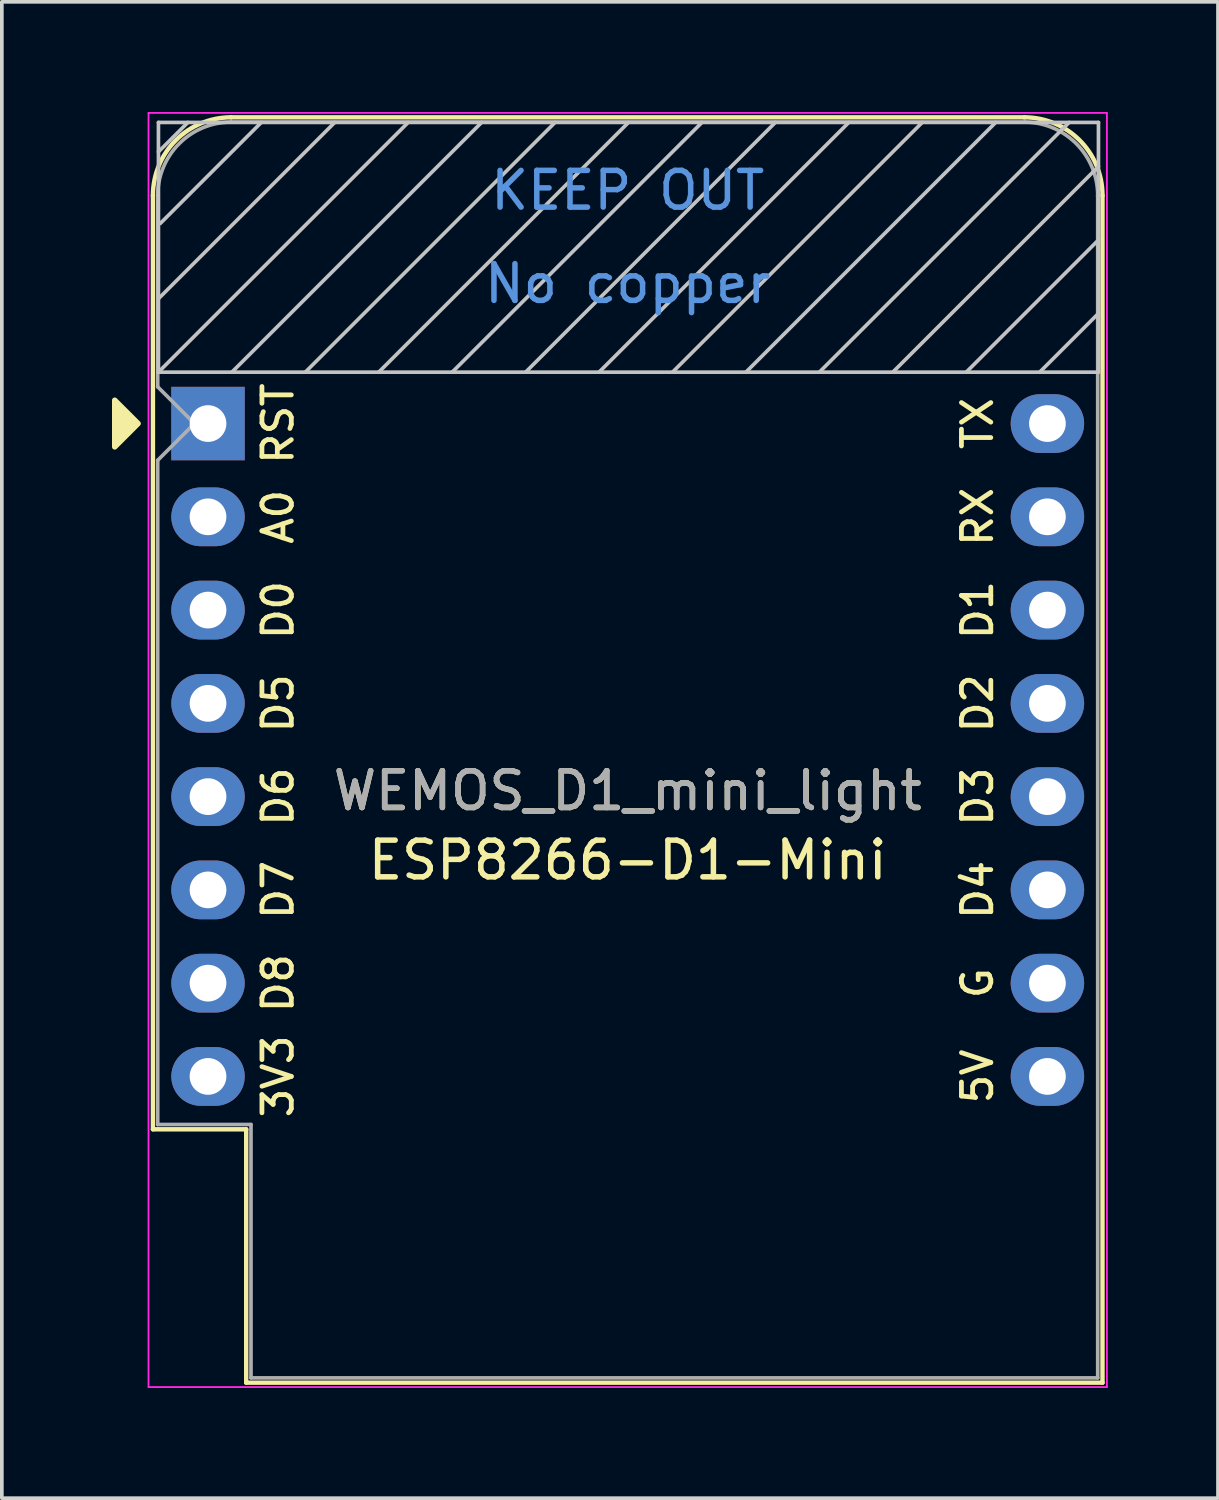
<source format=kicad_pcb>
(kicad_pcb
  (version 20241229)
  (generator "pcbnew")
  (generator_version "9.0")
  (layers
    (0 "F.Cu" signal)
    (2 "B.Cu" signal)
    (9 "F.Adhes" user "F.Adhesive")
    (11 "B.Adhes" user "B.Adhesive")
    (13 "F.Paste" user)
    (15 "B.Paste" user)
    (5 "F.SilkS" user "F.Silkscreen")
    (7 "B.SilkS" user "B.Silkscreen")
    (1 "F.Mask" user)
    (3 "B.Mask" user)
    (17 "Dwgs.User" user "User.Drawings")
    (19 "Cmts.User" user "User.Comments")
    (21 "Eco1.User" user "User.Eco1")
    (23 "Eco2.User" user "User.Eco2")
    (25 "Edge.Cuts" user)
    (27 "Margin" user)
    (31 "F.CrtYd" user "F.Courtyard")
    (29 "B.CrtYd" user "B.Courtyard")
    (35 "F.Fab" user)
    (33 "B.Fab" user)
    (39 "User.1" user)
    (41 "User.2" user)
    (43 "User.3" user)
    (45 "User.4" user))
  (footprint "WEMOS_D1_mini_light"
    (layer "F.Cu")
    (at 14.045 17.375)
    (property "Reference" "WEMOS_D1_mini_light" (at 0 1.11 0) (layer "F.SilkS") (effects (font (size 1 1) (thickness 0.15))))
    (attr through_hole)
    (fp_line (start -12.93 10.33) (end -12.93 -15.1) (stroke (width 0.12) (type solid)) (layer "F.SilkS"))
    (fp_line (start -12.93 10.33) (end -10.39 10.33) (stroke (width 0.12) (type solid)) (layer "F.SilkS"))
    (fp_line (start -10.39 10.33) (end -10.39 17.23) (stroke (width 0.12) (type solid)) (layer "F.SilkS"))
    (fp_line (start -10.39 17.23) (end 12.93 17.23) (stroke (width 0.12) (type solid)) (layer "F.SilkS"))
    (fp_line (start 10.81 -17.23) (end -10.8 -17.23) (stroke (width 0.12) (type solid)) (layer "F.SilkS"))
    (fp_line (start 12.93 17.23) (end 12.93 -15.1) (stroke (width 0.12) (type solid)) (layer "F.SilkS"))
    (fp_arc (start -12.93 -15.1) (mid -12.306137 -16.606137) (end -10.8 -17.23) (stroke (width 0.12) (type solid)) (layer "F.SilkS"))
    (fp_arc (start 10.8 -17.23) (mid 12.306137 -16.606137) (end 12.93 -15.1) (stroke (width 0.12) (type solid)) (layer "F.SilkS"))
    (fp_poly (pts (xy -13.97 -9.525) (xy -13.97 -8.255) (xy -13.335 -8.89)) (stroke (width 0.15) (type solid)) (fill yes) (layer "F.SilkS"))
    (fp_line (start -12.78 -17.09) (end -12.78 -10.29) (stroke (width 0.1) (type solid)) (layer "Dwgs.User"))
    (fp_line (start -12.78 -16.29) (end -11.98 -17.09) (stroke (width 0.1) (type solid)) (layer "Dwgs.User"))
    (fp_line (start -12.78 -12.29) (end -7.98 -17.09) (stroke (width 0.1) (type solid)) (layer "Dwgs.User"))
    (fp_line (start -12.78 -10.29) (end -5.98 -17.09) (stroke (width 0.1) (type solid)) (layer "Dwgs.User"))
    (fp_line (start -12.78 -10.29) (end 12.82 -10.29) (stroke (width 0.1) (type solid)) (layer "Dwgs.User"))
    (fp_line (start -12.73 -14.34) (end -9.98 -17.09) (stroke (width 0.1) (type solid)) (layer "Dwgs.User"))
    (fp_line (start -10.78 -10.29) (end -3.98 -17.09) (stroke (width 0.1) (type solid)) (layer "Dwgs.User"))
    (fp_line (start -8.78 -10.29) (end -1.98 -17.09) (stroke (width 0.1) (type solid)) (layer "Dwgs.User"))
    (fp_line (start -6.78 -10.29) (end 0.02 -17.09) (stroke (width 0.1) (type solid)) (layer "Dwgs.User"))
    (fp_line (start -4.78 -10.29) (end 2.02 -17.09) (stroke (width 0.1) (type solid)) (layer "Dwgs.User"))
    (fp_line (start -2.78 -10.29) (end 4.02 -17.09) (stroke (width 0.1) (type solid)) (layer "Dwgs.User"))
    (fp_line (start -0.78 -10.29) (end 6.02 -17.09) (stroke (width 0.1) (type solid)) (layer "Dwgs.User"))
    (fp_line (start 1.22 -10.29) (end 8.02 -17.09) (stroke (width 0.1) (type solid)) (layer "Dwgs.User"))
    (fp_line (start 3.22 -10.29) (end 10.02 -17.09) (stroke (width 0.1) (type solid)) (layer "Dwgs.User"))
    (fp_line (start 5.22 -10.29) (end 12.02 -17.09) (stroke (width 0.1) (type solid)) (layer "Dwgs.User"))
    (fp_line (start 7.22 -10.29) (end 12.82 -15.89) (stroke (width 0.1) (type solid)) (layer "Dwgs.User"))
    (fp_line (start 9.22 -10.29) (end 12.82 -13.89) (stroke (width 0.1) (type solid)) (layer "Dwgs.User"))
    (fp_line (start 11.22 -10.29) (end 12.82 -11.89) (stroke (width 0.1) (type solid)) (layer "Dwgs.User"))
    (fp_line (start 12.82 -17.09) (end -12.78 -17.09) (stroke (width 0.1) (type solid)) (layer "Dwgs.User"))
    (fp_line (start 12.82 -10.29) (end 12.82 -17.09) (stroke (width 0.1) (type solid)) (layer "Dwgs.User"))
    (fp_line (start -13.05 -17.35) (end 13.05 -17.35) (stroke (width 0.05) (type solid)) (layer "F.CrtYd"))
    (fp_line (start -13.05 17.35) (end -13.05 -17.35) (stroke (width 0.05) (type solid)) (layer "F.CrtYd"))
    (fp_line (start 13.05 -17.35) (end 13.05 17.35) (stroke (width 0.05) (type solid)) (layer "F.CrtYd"))
    (fp_line (start 13.05 17.35) (end -13.05 17.35) (stroke (width 0.05) (type solid)) (layer "F.CrtYd"))
    (fp_line (start -12.8 -15.1) (end -12.8 -9.89) (stroke (width 0.1) (type solid)) (layer "F.Fab"))
    (fp_line (start -12.8 -7.89) (end -12.8 10.2) (stroke (width 0.1) (type solid)) (layer "F.Fab"))
    (fp_line (start -12.8 -7.89) (end -11.8 -8.89) (stroke (width 0.1) (type solid)) (layer "F.Fab"))
    (fp_line (start -12.8 10.2) (end -10.26 10.2) (stroke (width 0.1) (type solid)) (layer "F.Fab"))
    (fp_line (start -11.8 -8.89) (end -12.8 -9.89) (stroke (width 0.1) (type solid)) (layer "F.Fab"))
    (fp_line (start -10.26 10.2) (end -10.26 17.1) (stroke (width 0.1) (type solid)) (layer "F.Fab"))
    (fp_line (start -10.26 17.1) (end 12.8 17.1) (stroke (width 0.1) (type solid)) (layer "F.Fab"))
    (fp_line (start 10.8 -17.1) (end -10.8 -17.1) (stroke (width 0.1) (type solid)) (layer "F.Fab"))
    (fp_line (start 12.8 17.1) (end 12.8 -15.1) (stroke (width 0.1) (type solid)) (layer "F.Fab"))
    (fp_arc (start -12.8 -15.1) (mid -12.214214 -16.514214) (end -10.8 -17.1) (stroke (width 0.1) (type solid)) (layer "F.Fab"))
    (fp_arc (start 10.82 -17.1) (mid 12.228356 -16.500071) (end 12.8 -15.08) (stroke (width 0.1) (type solid)) (layer "F.Fab"))
    (fp_text user "D2" (at 9.525 -1.27 90) (unlocked yes) (layer "F.SilkS") (effects (font (size 0.8 0.8) (thickness 0.13))))
    (fp_text user "D4" (at 9.525 3.81 90) (unlocked yes) (layer "F.SilkS") (effects (font (size 0.8 0.8) (thickness 0.13))))
    (fp_text user "A0" (at -9.525 -6.35 90) (unlocked yes) (layer "F.SilkS") (effects (font (size 0.8 0.8) (thickness 0.13))))
    (fp_text user "G" (at 9.525 6.35 90) (unlocked yes) (layer "F.SilkS") (effects (font (size 0.8 0.8) (thickness 0.13))))
    (fp_text user "D5" (at -9.525 -1.27 90) (unlocked yes) (layer "F.SilkS") (effects (font (size 0.8 0.8) (thickness 0.13))))
    (fp_text user "TX" (at 9.525 -8.89 90) (unlocked yes) (layer "F.SilkS") (effects (font (size 0.8 0.8) (thickness 0.13))))
    (fp_text user "5V" (at 9.525 8.89 90) (unlocked yes) (layer "F.SilkS") (effects (font (size 0.8 0.8) (thickness 0.13))))
    (fp_text user "D0" (at -9.525 -3.81 90) (unlocked yes) (layer "F.SilkS") (effects (font (size 0.8 0.8) (thickness 0.13))))
    (fp_text user "D1" (at 9.525 -3.81 90) (unlocked yes) (layer "F.SilkS") (effects (font (size 0.8 0.8) (thickness 0.13))))
    (fp_text user "RST" (at -9.525 -8.89 90) (unlocked yes) (layer "F.SilkS") (effects (font (size 0.8 0.8) (thickness 0.13))))
    (fp_text user "RX" (at 9.525 -6.35 90) (unlocked yes) (layer "F.SilkS") (effects (font (size 0.8 0.8) (thickness 0.13))))
    (fp_text user "3V3" (at -9.525 8.89 90) (unlocked yes) (layer "F.SilkS") (effects (font (size 0.8 0.8) (thickness 0.13))))
    (fp_text user "D3" (at 9.525 1.27 90) (unlocked yes) (layer "F.SilkS") (effects (font (size 0.8 0.8) (thickness 0.13))))
    (fp_text user "ESP8266-D1-Mini" (at 0 3 0) (unlocked yes) (layer "F.SilkS") (effects (font (size 1 1) (thickness 0.15))))
    (fp_text user "D6" (at -9.525 1.27 90) (unlocked yes) (layer "F.SilkS") (effects (font (size 0.8 0.8) (thickness 0.13))))
    (fp_text user "D8" (at -9.525 6.35 90) (unlocked yes) (layer "F.SilkS") (effects (font (size 0.8 0.8) (thickness 0.13))))
    (fp_text user "D7" (at -9.525 3.81 90) (unlocked yes) (layer "F.SilkS") (effects (font (size 0.8 0.8) (thickness 0.13))))
    (fp_text user "KEEP OUT" (at 0 -15.24 0) (layer "Cmts.User") (effects (font (size 1 1) (thickness 0.15))))
    (fp_text user "No copper" (at 0 -12.7 0) (layer "Cmts.User") (effects (font (size 1 1) (thickness 0.15))))
    (fp_text user "${REFERENCE}" (at 0 1.11 0) (layer "F.Fab") (effects (font (size 1 1) (thickness 0.15))))
    (pad "1" thru_hole rect (at -11.43 -8.89) (size 2 2) (drill 1) (layers "*.Cu" "*.Mask"))
    (pad "2" thru_hole oval (at -11.43 -6.35) (size 2 1.6) (drill 1) (layers "*.Cu" "*.Mask"))
    (pad "3" thru_hole oval (at -11.43 -3.81) (size 2 1.6) (drill 1) (layers "*.Cu" "*.Mask"))
    (pad "4" thru_hole oval (at -11.43 -1.27) (size 2 1.6) (drill 1) (layers "*.Cu" "*.Mask"))
    (pad "5" thru_hole oval (at -11.43 1.27) (size 2 1.6) (drill 1) (layers "*.Cu" "*.Mask"))
    (pad "6" thru_hole oval (at -11.43 3.81) (size 2 1.6) (drill 1) (layers "*.Cu" "*.Mask"))
    (pad "7" thru_hole oval (at -11.43 6.35) (size 2 1.6) (drill 1) (layers "*.Cu" "*.Mask"))
    (pad "8" thru_hole oval (at -11.43 8.89) (size 2 1.6) (drill 1) (layers "*.Cu" "*.Mask"))
    (pad "9" thru_hole oval (at 11.43 8.89) (size 2 1.6) (drill 1) (layers "*.Cu" "*.Mask"))
    (pad "10" thru_hole oval (at 11.43 6.35) (size 2 1.6) (drill 1) (layers "*.Cu" "*.Mask"))
    (pad "11" thru_hole oval (at 11.43 3.81) (size 2 1.6) (drill 1) (layers "*.Cu" "*.Mask"))
    (pad "12" thru_hole oval (at 11.43 1.27) (size 2 1.6) (drill 1) (layers "*.Cu" "*.Mask"))
    (pad "13" thru_hole oval (at 11.43 -1.27) (size 2 1.6) (drill 1) (layers "*.Cu" "*.Mask"))
    (pad "14" thru_hole oval (at 11.43 -3.81) (size 2 1.6) (drill 1) (layers "*.Cu" "*.Mask"))
    (pad "15" thru_hole oval (at 11.43 -6.35) (size 2 1.6) (drill 1) (layers "*.Cu" "*.Mask"))
    (pad "16" thru_hole oval (at 11.43 -8.89) (size 2 1.6) (drill 1) (layers "*.Cu" "*.Mask")))
  (gr_rect
    (start -3 -3)
    (end 30.12 37.75)
    (stroke (width 0.1) (type default))
    (fill no)
    (layer "Edge.Cuts")))
</source>
